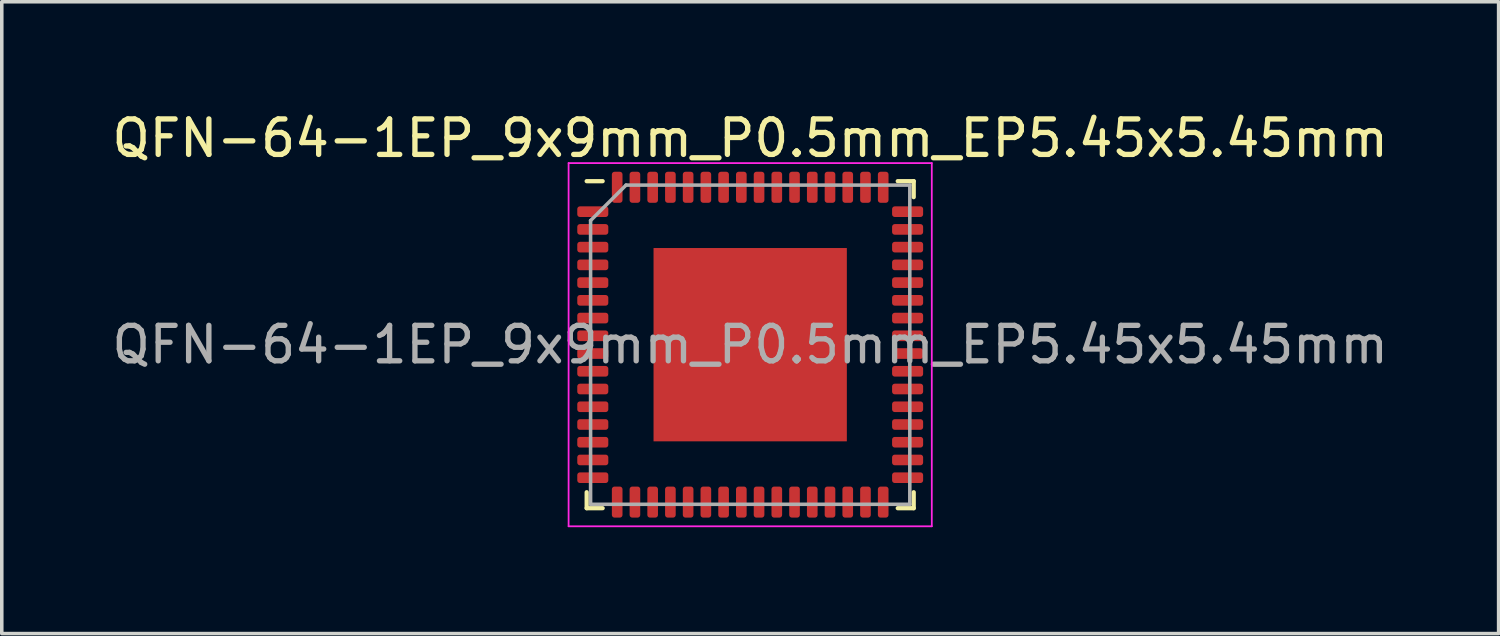
<source format=kicad_pcb>
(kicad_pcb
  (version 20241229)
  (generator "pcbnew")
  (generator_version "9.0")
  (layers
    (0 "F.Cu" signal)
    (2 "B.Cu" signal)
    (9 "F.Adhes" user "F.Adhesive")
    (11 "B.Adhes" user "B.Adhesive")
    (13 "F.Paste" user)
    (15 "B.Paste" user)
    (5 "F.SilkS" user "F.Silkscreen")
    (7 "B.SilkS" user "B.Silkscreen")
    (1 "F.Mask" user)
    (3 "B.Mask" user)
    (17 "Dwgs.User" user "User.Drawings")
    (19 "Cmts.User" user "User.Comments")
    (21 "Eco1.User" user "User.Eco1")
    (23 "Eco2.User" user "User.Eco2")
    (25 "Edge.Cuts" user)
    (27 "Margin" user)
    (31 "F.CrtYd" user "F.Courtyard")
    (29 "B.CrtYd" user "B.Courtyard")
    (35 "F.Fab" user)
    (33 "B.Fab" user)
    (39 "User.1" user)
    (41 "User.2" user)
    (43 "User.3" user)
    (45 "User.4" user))
  (footprint "QFN-64-1EP_9x9mm_P0.5mm_EP5.45x5.45mm"
    (layer "F.Cu")
    (at 18.101 6.668)
    (property "Reference" "QFN-64-1EP_9x9mm_P0.5mm_EP5.45x5.45mm" (at 0 -5.82 0) (layer "F.SilkS") (effects (font (size 1 1) (thickness 0.15))))
    (attr smd)
    (fp_line (start -4.61 4.61) (end -4.61 4.16) (stroke (width 0.12) (type solid)) (layer "F.SilkS"))
    (fp_line (start -4.16 -4.61) (end -4.61 -4.61) (stroke (width 0.12) (type solid)) (layer "F.SilkS"))
    (fp_line (start -4.16 4.61) (end -4.61 4.61) (stroke (width 0.12) (type solid)) (layer "F.SilkS"))
    (fp_line (start 4.16 -4.61) (end 4.61 -4.61) (stroke (width 0.12) (type solid)) (layer "F.SilkS"))
    (fp_line (start 4.16 4.61) (end 4.61 4.61) (stroke (width 0.12) (type solid)) (layer "F.SilkS"))
    (fp_line (start 4.61 -4.61) (end 4.61 -4.16) (stroke (width 0.12) (type solid)) (layer "F.SilkS"))
    (fp_line (start 4.61 4.61) (end 4.61 4.16) (stroke (width 0.12) (type solid)) (layer "F.SilkS"))
    (fp_line (start -5.12 -5.12) (end -5.12 5.12) (stroke (width 0.05) (type solid)) (layer "F.CrtYd"))
    (fp_line (start -5.12 5.12) (end 5.12 5.12) (stroke (width 0.05) (type solid)) (layer "F.CrtYd"))
    (fp_line (start 5.12 -5.12) (end -5.12 -5.12) (stroke (width 0.05) (type solid)) (layer "F.CrtYd"))
    (fp_line (start 5.12 5.12) (end 5.12 -5.12) (stroke (width 0.05) (type solid)) (layer "F.CrtYd"))
    (fp_line (start -4.5 -3.5) (end -3.5 -4.5) (stroke (width 0.1) (type solid)) (layer "F.Fab"))
    (fp_line (start -4.5 4.5) (end -4.5 -3.5) (stroke (width 0.1) (type solid)) (layer "F.Fab"))
    (fp_line (start -3.5 -4.5) (end 4.5 -4.5) (stroke (width 0.1) (type solid)) (layer "F.Fab"))
    (fp_line (start 4.5 -4.5) (end 4.5 4.5) (stroke (width 0.1) (type solid)) (layer "F.Fab"))
    (fp_line (start 4.5 4.5) (end -4.5 4.5) (stroke (width 0.1) (type solid)) (layer "F.Fab"))
    (fp_text user "${REFERENCE}" (at 0 0 0) (layer "F.Fab") (effects (font (size 1 1) (thickness 0.15))))
    (pad "" smd roundrect (at -2.04 -2.04) (size 1.1 1.1) (layers "F.Paste") (roundrect_rratio 0.227))
    (pad "" smd roundrect (at -2.04 -0.68) (size 1.1 1.1) (layers "F.Paste") (roundrect_rratio 0.227))
    (pad "" smd roundrect (at -2.04 0.68) (size 1.1 1.1) (layers "F.Paste") (roundrect_rratio 0.227))
    (pad "" smd roundrect (at -2.04 2.04) (size 1.1 1.1) (layers "F.Paste") (roundrect_rratio 0.227))
    (pad "" smd roundrect (at -0.68 -2.04) (size 1.1 1.1) (layers "F.Paste") (roundrect_rratio 0.227))
    (pad "" smd roundrect (at -0.68 -0.68) (size 1.1 1.1) (layers "F.Paste") (roundrect_rratio 0.227))
    (pad "" smd roundrect (at -0.68 0.68) (size 1.1 1.1) (layers "F.Paste") (roundrect_rratio 0.227))
    (pad "" smd roundrect (at -0.68 2.04) (size 1.1 1.1) (layers "F.Paste") (roundrect_rratio 0.227))
    (pad "" smd roundrect (at 0.68 -2.04) (size 1.1 1.1) (layers "F.Paste") (roundrect_rratio 0.227))
    (pad "" smd roundrect (at 0.68 -0.68) (size 1.1 1.1) (layers "F.Paste") (roundrect_rratio 0.227))
    (pad "" smd roundrect (at 0.68 0.68) (size 1.1 1.1) (layers "F.Paste") (roundrect_rratio 0.227))
    (pad "" smd roundrect (at 0.68 2.04) (size 1.1 1.1) (layers "F.Paste") (roundrect_rratio 0.227))
    (pad "" smd roundrect (at 2.04 -2.04) (size 1.1 1.1) (layers "F.Paste") (roundrect_rratio 0.227))
    (pad "" smd roundrect (at 2.04 -0.68) (size 1.1 1.1) (layers "F.Paste") (roundrect_rratio 0.227))
    (pad "" smd roundrect (at 2.04 0.68) (size 1.1 1.1) (layers "F.Paste") (roundrect_rratio 0.227))
    (pad "" smd roundrect (at 2.04 2.04) (size 1.1 1.1) (layers "F.Paste") (roundrect_rratio 0.227))
    (pad "1" smd roundrect (at -4.438 -3.75) (size 0.875 0.3) (layers "F.Cu" "F.Mask" "F.Paste") (roundrect_rratio 0.25))
    (pad "2" smd roundrect (at -4.438 -3.25) (size 0.875 0.3) (layers "F.Cu" "F.Mask" "F.Paste") (roundrect_rratio 0.25))
    (pad "3" smd roundrect (at -4.438 -2.75) (size 0.875 0.3) (layers "F.Cu" "F.Mask" "F.Paste") (roundrect_rratio 0.25))
    (pad "4" smd roundrect (at -4.438 -2.25) (size 0.875 0.3) (layers "F.Cu" "F.Mask" "F.Paste") (roundrect_rratio 0.25))
    (pad "5" smd roundrect (at -4.438 -1.75) (size 0.875 0.3) (layers "F.Cu" "F.Mask" "F.Paste") (roundrect_rratio 0.25))
    (pad "6" smd roundrect (at -4.438 -1.25) (size 0.875 0.3) (layers "F.Cu" "F.Mask" "F.Paste") (roundrect_rratio 0.25))
    (pad "7" smd roundrect (at -4.438 -0.75) (size 0.875 0.3) (layers "F.Cu" "F.Mask" "F.Paste") (roundrect_rratio 0.25))
    (pad "8" smd roundrect (at -4.438 -0.25) (size 0.875 0.3) (layers "F.Cu" "F.Mask" "F.Paste") (roundrect_rratio 0.25))
    (pad "9" smd roundrect (at -4.438 0.25) (size 0.875 0.3) (layers "F.Cu" "F.Mask" "F.Paste") (roundrect_rratio 0.25))
    (pad "10" smd roundrect (at -4.438 0.75) (size 0.875 0.3) (layers "F.Cu" "F.Mask" "F.Paste") (roundrect_rratio 0.25))
    (pad "11" smd roundrect (at -4.438 1.25) (size 0.875 0.3) (layers "F.Cu" "F.Mask" "F.Paste") (roundrect_rratio 0.25))
    (pad "12" smd roundrect (at -4.438 1.75) (size 0.875 0.3) (layers "F.Cu" "F.Mask" "F.Paste") (roundrect_rratio 0.25))
    (pad "13" smd roundrect (at -4.438 2.25) (size 0.875 0.3) (layers "F.Cu" "F.Mask" "F.Paste") (roundrect_rratio 0.25))
    (pad "14" smd roundrect (at -4.438 2.75) (size 0.875 0.3) (layers "F.Cu" "F.Mask" "F.Paste") (roundrect_rratio 0.25))
    (pad "15" smd roundrect (at -4.438 3.25) (size 0.875 0.3) (layers "F.Cu" "F.Mask" "F.Paste") (roundrect_rratio 0.25))
    (pad "16" smd roundrect (at -4.438 3.75) (size 0.875 0.3) (layers "F.Cu" "F.Mask" "F.Paste") (roundrect_rratio 0.25))
    (pad "17" smd roundrect (at -3.75 4.438) (size 0.3 0.875) (layers "F.Cu" "F.Mask" "F.Paste") (roundrect_rratio 0.25))
    (pad "18" smd roundrect (at -3.25 4.438) (size 0.3 0.875) (layers "F.Cu" "F.Mask" "F.Paste") (roundrect_rratio 0.25))
    (pad "19" smd roundrect (at -2.75 4.438) (size 0.3 0.875) (layers "F.Cu" "F.Mask" "F.Paste") (roundrect_rratio 0.25))
    (pad "20" smd roundrect (at -2.25 4.438) (size 0.3 0.875) (layers "F.Cu" "F.Mask" "F.Paste") (roundrect_rratio 0.25))
    (pad "21" smd roundrect (at -1.75 4.438) (size 0.3 0.875) (layers "F.Cu" "F.Mask" "F.Paste") (roundrect_rratio 0.25))
    (pad "22" smd roundrect (at -1.25 4.438) (size 0.3 0.875) (layers "F.Cu" "F.Mask" "F.Paste") (roundrect_rratio 0.25))
    (pad "23" smd roundrect (at -0.75 4.438) (size 0.3 0.875) (layers "F.Cu" "F.Mask" "F.Paste") (roundrect_rratio 0.25))
    (pad "24" smd roundrect (at -0.25 4.438) (size 0.3 0.875) (layers "F.Cu" "F.Mask" "F.Paste") (roundrect_rratio 0.25))
    (pad "25" smd roundrect (at 0.25 4.438) (size 0.3 0.875) (layers "F.Cu" "F.Mask" "F.Paste") (roundrect_rratio 0.25))
    (pad "26" smd roundrect (at 0.75 4.438) (size 0.3 0.875) (layers "F.Cu" "F.Mask" "F.Paste") (roundrect_rratio 0.25))
    (pad "27" smd roundrect (at 1.25 4.438) (size 0.3 0.875) (layers "F.Cu" "F.Mask" "F.Paste") (roundrect_rratio 0.25))
    (pad "28" smd roundrect (at 1.75 4.438) (size 0.3 0.875) (layers "F.Cu" "F.Mask" "F.Paste") (roundrect_rratio 0.25))
    (pad "29" smd roundrect (at 2.25 4.438) (size 0.3 0.875) (layers "F.Cu" "F.Mask" "F.Paste") (roundrect_rratio 0.25))
    (pad "30" smd roundrect (at 2.75 4.438) (size 0.3 0.875) (layers "F.Cu" "F.Mask" "F.Paste") (roundrect_rratio 0.25))
    (pad "31" smd roundrect (at 3.25 4.438) (size 0.3 0.875) (layers "F.Cu" "F.Mask" "F.Paste") (roundrect_rratio 0.25))
    (pad "32" smd roundrect (at 3.75 4.438) (size 0.3 0.875) (layers "F.Cu" "F.Mask" "F.Paste") (roundrect_rratio 0.25))
    (pad "33" smd roundrect (at 4.438 3.75) (size 0.875 0.3) (layers "F.Cu" "F.Mask" "F.Paste") (roundrect_rratio 0.25))
    (pad "34" smd roundrect (at 4.438 3.25) (size 0.875 0.3) (layers "F.Cu" "F.Mask" "F.Paste") (roundrect_rratio 0.25))
    (pad "35" smd roundrect (at 4.438 2.75) (size 0.875 0.3) (layers "F.Cu" "F.Mask" "F.Paste") (roundrect_rratio 0.25))
    (pad "36" smd roundrect (at 4.438 2.25) (size 0.875 0.3) (layers "F.Cu" "F.Mask" "F.Paste") (roundrect_rratio 0.25))
    (pad "37" smd roundrect (at 4.438 1.75) (size 0.875 0.3) (layers "F.Cu" "F.Mask" "F.Paste") (roundrect_rratio 0.25))
    (pad "38" smd roundrect (at 4.438 1.25) (size 0.875 0.3) (layers "F.Cu" "F.Mask" "F.Paste") (roundrect_rratio 0.25))
    (pad "39" smd roundrect (at 4.438 0.75) (size 0.875 0.3) (layers "F.Cu" "F.Mask" "F.Paste") (roundrect_rratio 0.25))
    (pad "40" smd roundrect (at 4.438 0.25) (size 0.875 0.3) (layers "F.Cu" "F.Mask" "F.Paste") (roundrect_rratio 0.25))
    (pad "41" smd roundrect (at 4.438 -0.25) (size 0.875 0.3) (layers "F.Cu" "F.Mask" "F.Paste") (roundrect_rratio 0.25))
    (pad "42" smd roundrect (at 4.438 -0.75) (size 0.875 0.3) (layers "F.Cu" "F.Mask" "F.Paste") (roundrect_rratio 0.25))
    (pad "43" smd roundrect (at 4.438 -1.25) (size 0.875 0.3) (layers "F.Cu" "F.Mask" "F.Paste") (roundrect_rratio 0.25))
    (pad "44" smd roundrect (at 4.438 -1.75) (size 0.875 0.3) (layers "F.Cu" "F.Mask" "F.Paste") (roundrect_rratio 0.25))
    (pad "45" smd roundrect (at 4.438 -2.25) (size 0.875 0.3) (layers "F.Cu" "F.Mask" "F.Paste") (roundrect_rratio 0.25))
    (pad "46" smd roundrect (at 4.438 -2.75) (size 0.875 0.3) (layers "F.Cu" "F.Mask" "F.Paste") (roundrect_rratio 0.25))
    (pad "47" smd roundrect (at 4.438 -3.25) (size 0.875 0.3) (layers "F.Cu" "F.Mask" "F.Paste") (roundrect_rratio 0.25))
    (pad "48" smd roundrect (at 4.438 -3.75) (size 0.875 0.3) (layers "F.Cu" "F.Mask" "F.Paste") (roundrect_rratio 0.25))
    (pad "49" smd roundrect (at 3.75 -4.438) (size 0.3 0.875) (layers "F.Cu" "F.Mask" "F.Paste") (roundrect_rratio 0.25))
    (pad "50" smd roundrect (at 3.25 -4.438) (size 0.3 0.875) (layers "F.Cu" "F.Mask" "F.Paste") (roundrect_rratio 0.25))
    (pad "51" smd roundrect (at 2.75 -4.438) (size 0.3 0.875) (layers "F.Cu" "F.Mask" "F.Paste") (roundrect_rratio 0.25))
    (pad "52" smd roundrect (at 2.25 -4.438) (size 0.3 0.875) (layers "F.Cu" "F.Mask" "F.Paste") (roundrect_rratio 0.25))
    (pad "53" smd roundrect (at 1.75 -4.438) (size 0.3 0.875) (layers "F.Cu" "F.Mask" "F.Paste") (roundrect_rratio 0.25))
    (pad "54" smd roundrect (at 1.25 -4.438) (size 0.3 0.875) (layers "F.Cu" "F.Mask" "F.Paste") (roundrect_rratio 0.25))
    (pad "55" smd roundrect (at 0.75 -4.438) (size 0.3 0.875) (layers "F.Cu" "F.Mask" "F.Paste") (roundrect_rratio 0.25))
    (pad "56" smd roundrect (at 0.25 -4.438) (size 0.3 0.875) (layers "F.Cu" "F.Mask" "F.Paste") (roundrect_rratio 0.25))
    (pad "57" smd roundrect (at -0.25 -4.438) (size 0.3 0.875) (layers "F.Cu" "F.Mask" "F.Paste") (roundrect_rratio 0.25))
    (pad "58" smd roundrect (at -0.75 -4.438) (size 0.3 0.875) (layers "F.Cu" "F.Mask" "F.Paste") (roundrect_rratio 0.25))
    (pad "59" smd roundrect (at -1.25 -4.438) (size 0.3 0.875) (layers "F.Cu" "F.Mask" "F.Paste") (roundrect_rratio 0.25))
    (pad "60" smd roundrect (at -1.75 -4.438) (size 0.3 0.875) (layers "F.Cu" "F.Mask" "F.Paste") (roundrect_rratio 0.25))
    (pad "61" smd roundrect (at -2.25 -4.438) (size 0.3 0.875) (layers "F.Cu" "F.Mask" "F.Paste") (roundrect_rratio 0.25))
    (pad "62" smd roundrect (at -2.75 -4.438) (size 0.3 0.875) (layers "F.Cu" "F.Mask" "F.Paste") (roundrect_rratio 0.25))
    (pad "63" smd roundrect (at -3.25 -4.438) (size 0.3 0.875) (layers "F.Cu" "F.Mask" "F.Paste") (roundrect_rratio 0.25))
    (pad "64" smd roundrect (at -3.75 -4.438) (size 0.3 0.875) (layers "F.Cu" "F.Mask" "F.Paste") (roundrect_rratio 0.25))
    (pad "65" smd rect (at 0 0) (size 5.45 5.45) (layers "F.Cu" "F.Mask")))
  (gr_rect
    (start -3 -3)
    (end 39.202 14.813)
    (stroke (width 0.1) (type default))
    (fill no)
    (layer "Edge.Cuts")))
</source>
